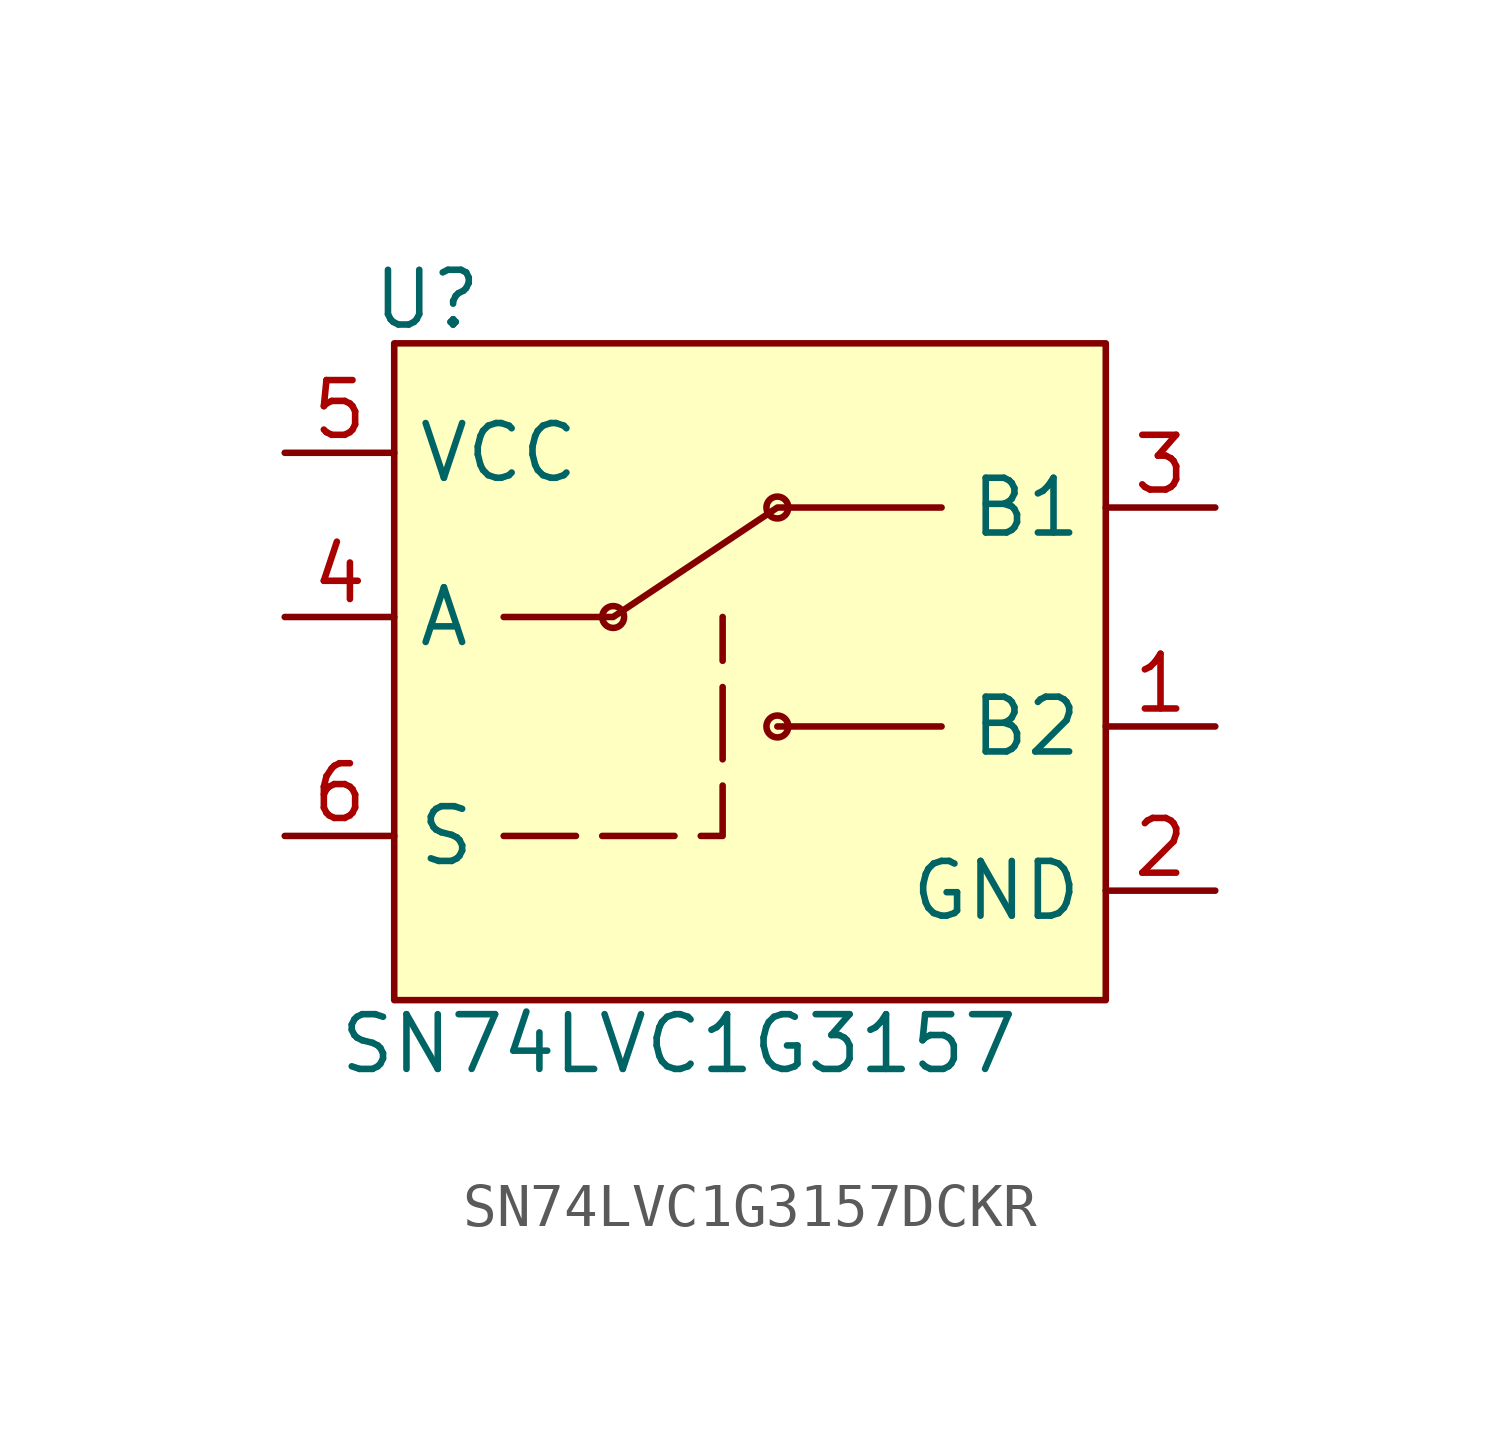
<source format=kicad_sym>
(kicad_symbol_lib
  (version 20241209)
  (generator "kicad_symbol_editor")
  (generator_version "9.0")
  (symbol "SN74LVC1G3157DCKR"
    (property "Reference" "U"
      (at 0.762 1.016 0)
      (effects (font (size 1.27 1.27))))
    (property "Value" "SN74LVC1G3157"
      (at 6.604 -16.256 0)
      (effects (font (size 1.27 1.27))))
    (symbol "SN74LVC1G3157DCKR_0_1"
      (polyline (pts (xy 2.54 -6.35) (xy 5.08 -6.35) (xy 8.89 -3.81) (xy 12.7 -3.81)) (stroke (width 0) (type default)) (fill (type none)))
      (polyline (pts (xy 2.54 -11.43) (xy 7.62 -11.43) (xy 7.62 -6.35)) (stroke (width 0) (type dash)) (fill (type none)))
      (circle (center 5.08 -6.35) (radius 0.254) (stroke (width 0) (type default)) (fill (type none)))
      (circle (center 8.89 -3.81) (radius 0.254) (stroke (width 0) (type default)) (fill (type none)))
      (polyline (pts (xy 8.89 -8.89) (xy 12.7 -8.89)) (stroke (width 0) (type default)) (fill (type none)))
      (circle (center 8.89 -8.89) (radius 0.254) (stroke (width 0) (type default)) (fill (type none))))
    (symbol "SN74LVC1G3157DCKR_1_1"
      (rectangle (start 0 0) (end 16.51 -15.24) (stroke (width 0) (type solid)) (fill (type background)))
      (pin power_in line (at -2.54 -2.54 0) (length 2.54) (name "VCC" (effects (font (size 1.27 1.27)))) (number "5" (effects (font (size 1.27 1.27)))))
      (pin bidirectional line (at -2.54 -6.35 0) (length 2.54) (name "A" (effects (font (size 1.27 1.27)))) (number "4" (effects (font (size 1.27 1.27)))))
      (pin input line (at -2.54 -11.43 0) (length 2.54) (name "S" (effects (font (size 1.27 1.27)))) (number "6" (effects (font (size 1.27 1.27)))))
      (pin bidirectional line (at 19.05 -3.81 180) (length 2.54) (name "B1" (effects (font (size 1.27 1.27)))) (number "3" (effects (font (size 1.27 1.27)))))
      (pin bidirectional line (at 19.05 -8.89 180) (length 2.54) (name "B2" (effects (font (size 1.27 1.27)))) (number "1" (effects (font (size 1.27 1.27)))))
      (pin power_in line (at 19.05 -12.7 180) (length 2.54) (name "GND" (effects (font (size 1.27 1.27)))) (number "2" (effects (font (size 1.27 1.27))))))))
</source>
